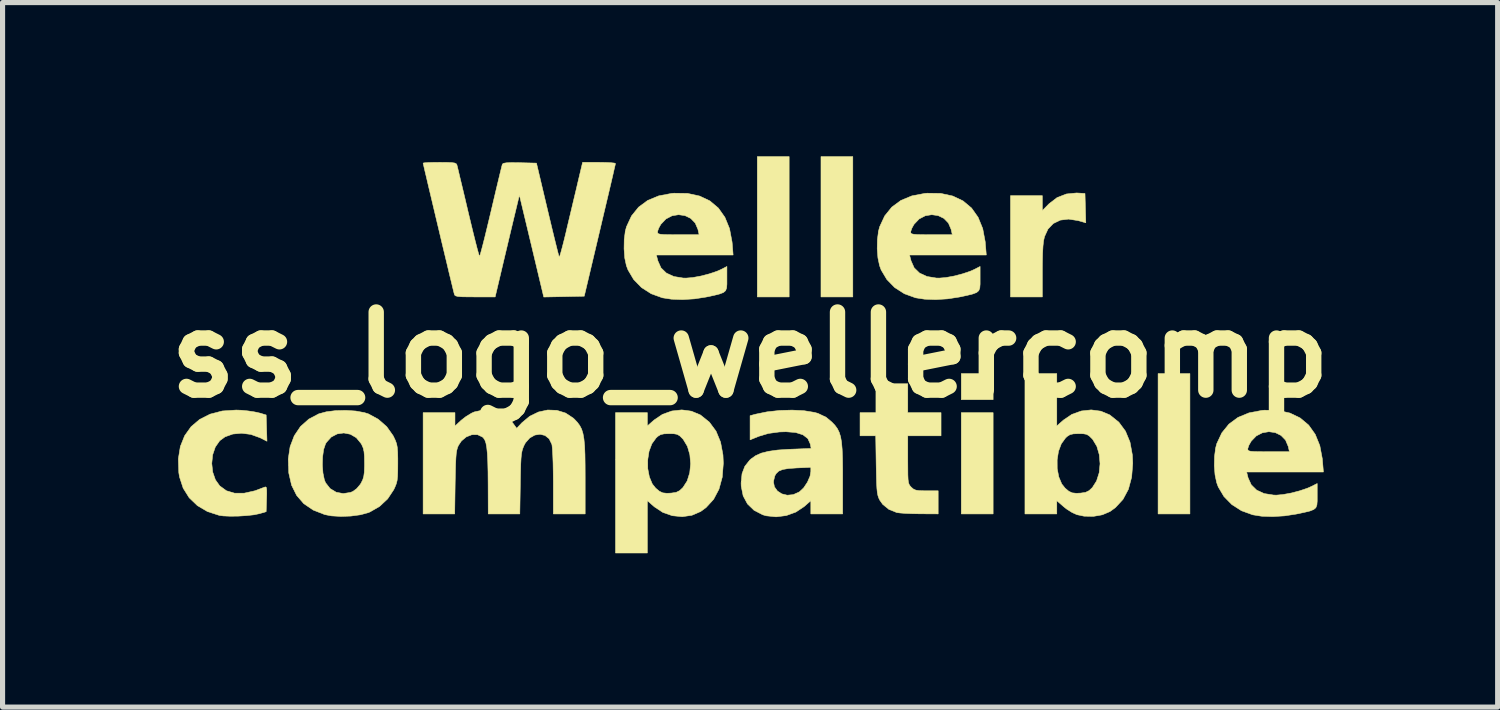
<source format=kicad_pcb>
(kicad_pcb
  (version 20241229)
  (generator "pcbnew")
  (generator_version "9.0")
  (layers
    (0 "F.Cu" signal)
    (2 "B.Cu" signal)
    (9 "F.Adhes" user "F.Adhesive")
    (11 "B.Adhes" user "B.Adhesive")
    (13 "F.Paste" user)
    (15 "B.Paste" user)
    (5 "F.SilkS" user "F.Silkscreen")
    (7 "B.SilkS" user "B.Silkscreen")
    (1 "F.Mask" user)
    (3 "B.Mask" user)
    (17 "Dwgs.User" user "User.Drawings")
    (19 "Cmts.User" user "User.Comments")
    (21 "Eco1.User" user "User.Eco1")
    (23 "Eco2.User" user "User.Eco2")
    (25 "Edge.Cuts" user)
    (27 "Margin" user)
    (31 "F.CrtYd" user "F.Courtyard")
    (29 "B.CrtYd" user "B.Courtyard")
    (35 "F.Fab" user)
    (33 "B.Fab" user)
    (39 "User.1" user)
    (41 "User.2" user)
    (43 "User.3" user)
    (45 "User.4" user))
  (footprint "ss_logo_wellercomp"
    (layer "F.Cu")
    (at 11.582 3.871)
    (property "Reference" "ss_logo_wellercomp" (at 0 0 0) (layer "F.SilkS") (effects (font (size 1.524 1.524) (thickness 0.3))))
    (attr through_hole)
    (fp_poly (pts (xy 0.762 -1.129) (xy 0.141 -1.129) (xy 0.141 -3.866) (xy 0.762 -3.866) (xy 0.762 -1.129)) (stroke (width 0.01) (type solid)) (fill yes) (layer "F.SilkS"))
    (fp_poly (pts (xy 2.004 -1.129) (xy 1.383 -1.129) (xy 1.383 -3.866) (xy 2.004 -3.866) (xy 2.004 -1.129)) (stroke (width 0.01) (type solid)) (fill yes) (layer "F.SilkS"))
    (fp_poly (pts (xy 4.741 0.875) (xy 4.12 0.875) (xy 4.12 0.367) (xy 4.741 0.367) (xy 4.741 0.875)) (stroke (width 0.01) (type solid)) (fill yes) (layer "F.SilkS"))
    (fp_poly (pts (xy 4.741 3.104) (xy 4.12 3.104) (xy 4.12 1.129) (xy 4.741 1.129) (xy 4.741 3.104)) (stroke (width 0.01) (type solid)) (fill yes) (layer "F.SilkS"))
    (fp_poly (pts (xy 8.58 3.104) (xy 7.959 3.104) (xy 7.959 0.367) (xy 8.58 0.367) (xy 8.58 3.104)) (stroke (width 0.01) (type solid)) (fill yes) (layer "F.SilkS"))
    (fp_poly (pts (xy 6.398 -3.155) (xy 6.533 -3.147) (xy 6.549 -2.575) (xy 6.397 -2.618) (xy 6.213 -2.647) (xy 6.051 -2.627) (xy 5.915 -2.561) (xy 5.811 -2.452) (xy 5.744 -2.306) (xy 5.726 -2.227) (xy 5.714 -2.121) (xy 5.706 -1.978) (xy 5.702 -1.793) (xy 5.701 -1.646) (xy 5.701 -1.129) (xy 5.08 -1.129) (xy 5.08 -3.104) (xy 5.701 -3.104) (xy 5.701 -2.813) (xy 5.831 -2.945) (xy 5.988 -3.066) (xy 6.17 -3.137) (xy 6.372 -3.157) (xy 6.398 -3.155)) (stroke (width 0.01) (type solid)) (fill yes) (layer "F.SilkS"))
    (fp_poly (pts (xy 3.076 1.129) (xy 3.725 1.129) (xy 3.725 1.58) (xy 3.076 1.58) (xy 3.076 2.047) (xy 3.077 2.22) (xy 3.078 2.345) (xy 3.082 2.432) (xy 3.09 2.491) (xy 3.103 2.53) (xy 3.122 2.559) (xy 3.145 2.584) (xy 3.186 2.619) (xy 3.233 2.64) (xy 3.3 2.65) (xy 3.403 2.653) (xy 3.442 2.653) (xy 3.669 2.653) (xy 3.669 3.104) (xy 3.309 3.102) (xy 3.164 3.099) (xy 3.032 3.094) (xy 2.927 3.086) (xy 2.864 3.078) (xy 2.863 3.078) (xy 2.708 3.016) (xy 2.586 2.916) (xy 2.53 2.836) (xy 2.509 2.793) (xy 2.494 2.747) (xy 2.482 2.688) (xy 2.474 2.608) (xy 2.468 2.498) (xy 2.464 2.349) (xy 2.46 2.153) (xy 2.46 2.152) (xy 2.451 1.58) (xy 2.145 1.58) (xy 2.145 1.129) (xy 2.455 1.129) (xy 2.455 0.564) (xy 3.076 0.564) (xy 3.076 1.129)) (stroke (width 0.01) (type solid)) (fill yes) (layer "F.SilkS"))
    (fp_poly (pts (xy -9.92 1.082) (xy -9.792 1.095) (xy -9.668 1.114) (xy -9.573 1.135) (xy -9.567 1.136) (xy -9.44 1.174) (xy -9.432 1.43) (xy -9.424 1.686) (xy -9.562 1.617) (xy -9.739 1.553) (xy -9.919 1.53) (xy -10.091 1.546) (xy -10.242 1.6) (xy -10.346 1.676) (xy -10.432 1.799) (xy -10.484 1.952) (xy -10.501 2.12) (xy -10.483 2.287) (xy -10.43 2.439) (xy -10.346 2.557) (xy -10.214 2.653) (xy -10.055 2.7) (xy -9.87 2.7) (xy -9.656 2.652) (xy -9.474 2.583) (xy -9.45 2.577) (xy -9.436 2.59) (xy -9.43 2.633) (xy -9.429 2.715) (xy -9.432 2.811) (xy -9.44 3.06) (xy -9.567 3.098) (xy -9.676 3.121) (xy -9.821 3.137) (xy -9.982 3.147) (xy -10.141 3.149) (xy -10.278 3.143) (xy -10.353 3.133) (xy -10.585 3.058) (xy -10.782 2.942) (xy -10.942 2.788) (xy -11.059 2.601) (xy -11.13 2.384) (xy -11.144 2.299) (xy -11.153 2.03) (xy -11.114 1.789) (xy -11.03 1.579) (xy -10.904 1.402) (xy -10.738 1.261) (xy -10.534 1.158) (xy -10.296 1.096) (xy -10.025 1.078) (xy -9.92 1.082)) (stroke (width 0.01) (type solid)) (fill yes) (layer "F.SilkS"))
    (fp_poly (pts (xy -1.145 1.1) (xy -0.972 1.172) (xy -0.964 1.177) (xy -0.794 1.314) (xy -0.664 1.49) (xy -0.576 1.703) (xy -0.529 1.953) (xy -0.522 2.117) (xy -0.543 2.387) (xy -0.607 2.622) (xy -0.712 2.82) (xy -0.859 2.98) (xy -0.964 3.057) (xy -1.136 3.131) (xy -1.324 3.158) (xy -1.517 3.139) (xy -1.701 3.075) (xy -1.865 2.967) (xy -1.872 2.961) (xy -2.004 2.846) (xy -2.004 3.866) (xy -2.625 3.866) (xy -2.625 2.049) (xy -1.997 2.049) (xy -1.996 2.22) (xy -1.965 2.382) (xy -1.907 2.52) (xy -1.842 2.601) (xy -1.769 2.662) (xy -1.704 2.693) (xy -1.623 2.702) (xy -1.54 2.698) (xy -1.443 2.684) (xy -1.374 2.65) (xy -1.31 2.59) (xy -1.227 2.461) (xy -1.177 2.301) (xy -1.16 2.126) (xy -1.175 1.949) (xy -1.222 1.787) (xy -1.302 1.653) (xy -1.313 1.64) (xy -1.37 1.583) (xy -1.421 1.552) (xy -1.487 1.54) (xy -1.576 1.538) (xy -1.678 1.542) (xy -1.745 1.557) (xy -1.8 1.591) (xy -1.833 1.622) (xy -1.916 1.736) (xy -1.971 1.883) (xy -1.997 2.049) (xy -2.625 2.049) (xy -2.625 1.129) (xy -2.004 1.129) (xy -2.004 1.388) (xy -1.872 1.272) (xy -1.709 1.162) (xy -1.525 1.096) (xy -1.333 1.075) (xy -1.145 1.1)) (stroke (width 0.01) (type solid)) (fill yes) (layer "F.SilkS"))
    (fp_poly (pts (xy 5.983 1.388) (xy 6.115 1.272) (xy 6.278 1.162) (xy 6.462 1.096) (xy 6.654 1.075) (xy 6.842 1.1) (xy 7.015 1.172) (xy 7.022 1.177) (xy 7.193 1.314) (xy 7.323 1.49) (xy 7.411 1.703) (xy 7.457 1.953) (xy 7.465 2.117) (xy 7.443 2.388) (xy 7.38 2.623) (xy 7.274 2.821) (xy 7.126 2.981) (xy 7.02 3.058) (xy 6.872 3.121) (xy 6.696 3.152) (xy 6.514 3.148) (xy 6.376 3.119) (xy 6.281 3.076) (xy 6.175 3.009) (xy 6.115 2.961) (xy 5.983 2.846) (xy 5.983 3.104) (xy 5.362 3.104) (xy 5.362 2.049) (xy 5.99 2.049) (xy 5.991 2.22) (xy 6.022 2.382) (xy 6.08 2.52) (xy 6.145 2.601) (xy 6.217 2.662) (xy 6.283 2.693) (xy 6.364 2.702) (xy 6.447 2.698) (xy 6.544 2.684) (xy 6.613 2.65) (xy 6.677 2.59) (xy 6.759 2.461) (xy 6.81 2.301) (xy 6.827 2.126) (xy 6.812 1.949) (xy 6.765 1.787) (xy 6.685 1.653) (xy 6.674 1.64) (xy 6.616 1.583) (xy 6.566 1.552) (xy 6.5 1.54) (xy 6.41 1.538) (xy 6.309 1.542) (xy 6.242 1.557) (xy 6.187 1.591) (xy 6.154 1.622) (xy 6.071 1.736) (xy 6.016 1.883) (xy 5.99 2.049) (xy 5.362 2.049) (xy 5.362 0.367) (xy 5.983 0.367) (xy 5.983 1.388)) (stroke (width 0.01) (type solid)) (fill yes) (layer "F.SilkS"))
    (fp_poly (pts (xy -1.219 -3.148) (xy -0.985 -3.097) (xy -0.784 -3.002) (xy -0.619 -2.863) (xy -0.491 -2.682) (xy -0.401 -2.462) (xy -0.352 -2.203) (xy -0.349 -2.174) (xy -0.331 -1.947) (xy -1.828 -1.947) (xy -1.799 -1.833) (xy -1.738 -1.696) (xy -1.633 -1.594) (xy -1.487 -1.527) (xy -1.304 -1.497) (xy -1.25 -1.496) (xy -1.119 -1.507) (xy -0.96 -1.536) (xy -0.795 -1.579) (xy -0.646 -1.629) (xy -0.567 -1.664) (xy -0.452 -1.723) (xy -0.452 -1.482) (xy -0.452 -1.378) (xy -0.458 -1.303) (xy -0.478 -1.251) (xy -0.52 -1.215) (xy -0.593 -1.187) (xy -0.704 -1.159) (xy -0.861 -1.126) (xy -1.087 -1.091) (xy -1.319 -1.077) (xy -1.535 -1.085) (xy -1.711 -1.112) (xy -1.929 -1.191) (xy -2.118 -1.312) (xy -2.271 -1.469) (xy -2.381 -1.655) (xy -2.413 -1.739) (xy -2.445 -1.889) (xy -2.458 -2.067) (xy -2.455 -2.25) (xy -2.436 -2.395) (xy -1.806 -2.395) (xy -1.802 -2.374) (xy -1.785 -2.36) (xy -1.746 -2.351) (xy -1.677 -2.345) (xy -1.569 -2.343) (xy -1.413 -2.342) (xy -1.4 -2.342) (xy -0.994 -2.342) (xy -1.017 -2.446) (xy -1.07 -2.57) (xy -1.158 -2.661) (xy -1.27 -2.715) (xy -1.395 -2.733) (xy -1.522 -2.712) (xy -1.641 -2.65) (xy -1.739 -2.547) (xy -1.742 -2.543) (xy -1.783 -2.469) (xy -1.805 -2.406) (xy -1.806 -2.395) (xy -2.436 -2.395) (xy -2.433 -2.416) (xy -2.411 -2.498) (xy -2.313 -2.709) (xy -2.175 -2.88) (xy -1.998 -3.011) (xy -1.783 -3.1) (xy -1.531 -3.148) (xy -1.484 -3.152) (xy -1.219 -3.148)) (stroke (width 0.01) (type solid)) (fill yes) (layer "F.SilkS"))
    (fp_poly (pts (xy 3.72 -3.148) (xy 3.954 -3.097) (xy 4.154 -3.002) (xy 4.32 -2.863) (xy 4.448 -2.682) (xy 4.538 -2.462) (xy 4.587 -2.203) (xy 4.589 -2.174) (xy 4.608 -1.947) (xy 3.11 -1.947) (xy 3.14 -1.833) (xy 3.201 -1.696) (xy 3.306 -1.594) (xy 3.452 -1.527) (xy 3.635 -1.497) (xy 3.689 -1.496) (xy 3.82 -1.507) (xy 3.979 -1.536) (xy 4.144 -1.579) (xy 4.293 -1.629) (xy 4.372 -1.664) (xy 4.487 -1.723) (xy 4.487 -1.482) (xy 4.487 -1.378) (xy 4.481 -1.303) (xy 4.461 -1.251) (xy 4.419 -1.215) (xy 4.346 -1.187) (xy 4.235 -1.159) (xy 4.078 -1.126) (xy 3.851 -1.091) (xy 3.62 -1.077) (xy 3.404 -1.085) (xy 3.228 -1.112) (xy 3.01 -1.191) (xy 2.821 -1.312) (xy 2.668 -1.469) (xy 2.557 -1.655) (xy 2.526 -1.739) (xy 2.494 -1.889) (xy 2.48 -2.067) (xy 2.484 -2.25) (xy 2.503 -2.395) (xy 3.133 -2.395) (xy 3.136 -2.374) (xy 3.154 -2.36) (xy 3.193 -2.351) (xy 3.262 -2.345) (xy 3.37 -2.343) (xy 3.525 -2.342) (xy 3.539 -2.342) (xy 3.945 -2.342) (xy 3.922 -2.446) (xy 3.869 -2.57) (xy 3.781 -2.661) (xy 3.669 -2.715) (xy 3.544 -2.733) (xy 3.417 -2.712) (xy 3.298 -2.65) (xy 3.2 -2.547) (xy 3.197 -2.543) (xy 3.156 -2.469) (xy 3.134 -2.406) (xy 3.133 -2.395) (xy 2.503 -2.395) (xy 2.506 -2.416) (xy 2.528 -2.498) (xy 2.626 -2.709) (xy 2.764 -2.88) (xy 2.941 -3.011) (xy 3.156 -3.1) (xy 3.408 -3.148) (xy 3.455 -3.152) (xy 3.72 -3.148)) (stroke (width 0.01) (type solid)) (fill yes) (layer "F.SilkS"))
    (fp_poly (pts (xy 10.296 1.085) (xy 10.53 1.136) (xy 10.73 1.232) (xy 10.896 1.371) (xy 11.024 1.551) (xy 11.114 1.772) (xy 11.163 2.031) (xy 11.165 2.059) (xy 11.184 2.286) (xy 9.686 2.286) (xy 9.715 2.401) (xy 9.777 2.537) (xy 9.882 2.64) (xy 10.028 2.707) (xy 10.211 2.736) (xy 10.265 2.738) (xy 10.395 2.726) (xy 10.555 2.697) (xy 10.72 2.654) (xy 10.868 2.604) (xy 10.948 2.569) (xy 11.063 2.511) (xy 11.063 2.752) (xy 11.063 2.856) (xy 11.057 2.93) (xy 11.037 2.982) (xy 10.995 3.018) (xy 10.922 3.047) (xy 10.811 3.074) (xy 10.654 3.107) (xy 10.427 3.142) (xy 10.196 3.156) (xy 9.979 3.149) (xy 9.804 3.121) (xy 9.586 3.042) (xy 9.397 2.921) (xy 9.244 2.765) (xy 9.133 2.578) (xy 9.102 2.494) (xy 9.07 2.344) (xy 9.056 2.166) (xy 9.06 1.983) (xy 9.079 1.839) (xy 9.708 1.839) (xy 9.712 1.859) (xy 9.729 1.873) (xy 9.768 1.883) (xy 9.838 1.888) (xy 9.946 1.89) (xy 10.101 1.891) (xy 10.115 1.891) (xy 10.521 1.891) (xy 10.498 1.788) (xy 10.445 1.663) (xy 10.357 1.573) (xy 10.245 1.518) (xy 10.12 1.5) (xy 9.992 1.522) (xy 9.874 1.583) (xy 9.775 1.686) (xy 9.773 1.69) (xy 9.731 1.764) (xy 9.709 1.828) (xy 9.708 1.839) (xy 9.079 1.839) (xy 9.082 1.817) (xy 9.103 1.735) (xy 9.202 1.524) (xy 9.34 1.353) (xy 9.517 1.222) (xy 9.732 1.133) (xy 9.984 1.085) (xy 10.031 1.081) (xy 10.296 1.085)) (stroke (width 0.01) (type solid)) (fill yes) (layer "F.SilkS"))
    (fp_poly (pts (xy 1.054 1.091) (xy 1.256 1.124) (xy 1.322 1.142) (xy 1.484 1.219) (xy 1.595 1.312) (xy 1.655 1.375) (xy 1.702 1.439) (xy 1.738 1.511) (xy 1.765 1.597) (xy 1.784 1.705) (xy 1.796 1.843) (xy 1.803 2.018) (xy 1.806 2.237) (xy 1.806 2.418) (xy 1.806 3.104) (xy 1.185 3.104) (xy 1.185 2.846) (xy 1.054 2.961) (xy 0.893 3.068) (xy 0.706 3.136) (xy 0.508 3.161) (xy 0.316 3.141) (xy 0.247 3.121) (xy 0.077 3.033) (xy -0.051 2.909) (xy -0.135 2.752) (xy -0.173 2.563) (xy -0.175 2.498) (xy -0.172 2.476) (xy 0.455 2.476) (xy 0.475 2.576) (xy 0.533 2.657) (xy 0.619 2.713) (xy 0.725 2.739) (xy 0.842 2.728) (xy 0.96 2.675) (xy 0.962 2.674) (xy 1.046 2.595) (xy 1.119 2.485) (xy 1.17 2.367) (xy 1.185 2.277) (xy 1.185 2.195) (xy 0.91 2.207) (xy 0.75 2.218) (xy 0.637 2.237) (xy 0.559 2.269) (xy 0.508 2.318) (xy 0.482 2.363) (xy 0.455 2.476) (xy -0.172 2.476) (xy -0.157 2.319) (xy -0.102 2.175) (xy -0.006 2.054) (xy 0.017 2.033) (xy 0.108 1.968) (xy 0.22 1.918) (xy 0.36 1.883) (xy 0.537 1.858) (xy 0.76 1.843) (xy 0.8 1.842) (xy 1.191 1.827) (xy 1.174 1.739) (xy 1.127 1.635) (xy 1.032 1.561) (xy 0.89 1.516) (xy 0.7 1.501) (xy 0.572 1.505) (xy 0.358 1.534) (xy 0.173 1.589) (xy 0.17 1.59) (xy 0 1.659) (xy 0 1.188) (xy 0.106 1.159) (xy 0.331 1.113) (xy 0.575 1.086) (xy 0.821 1.079) (xy 1.054 1.091)) (stroke (width 0.01) (type solid)) (fill yes) (layer "F.SilkS"))
    (fp_poly (pts (xy -7.693 1.097) (xy -7.524 1.128) (xy -7.447 1.152) (xy -7.254 1.257) (xy -7.089 1.401) (xy -6.965 1.576) (xy -6.951 1.603) (xy -6.918 1.674) (xy -6.895 1.738) (xy -6.882 1.807) (xy -6.875 1.897) (xy -6.872 2.02) (xy -6.872 2.117) (xy -6.873 2.267) (xy -6.877 2.375) (xy -6.886 2.455) (xy -6.903 2.52) (xy -6.93 2.586) (xy -6.951 2.631) (xy -7.069 2.809) (xy -7.228 2.958) (xy -7.416 3.066) (xy -7.447 3.079) (xy -7.601 3.121) (xy -7.788 3.146) (xy -7.984 3.153) (xy -8.169 3.142) (xy -8.297 3.117) (xy -8.522 3.029) (xy -8.706 2.904) (xy -8.846 2.742) (xy -8.944 2.544) (xy -8.998 2.309) (xy -8.999 2.301) (xy -9.004 2.151) (xy -8.344 2.151) (xy -8.332 2.306) (xy -8.305 2.437) (xy -8.282 2.495) (xy -8.193 2.609) (xy -8.074 2.681) (xy -7.937 2.707) (xy -7.795 2.685) (xy -7.749 2.666) (xy -7.674 2.611) (xy -7.604 2.528) (xy -7.589 2.504) (xy -7.556 2.438) (xy -7.536 2.372) (xy -7.525 2.289) (xy -7.521 2.172) (xy -7.521 2.117) (xy -7.523 1.983) (xy -7.531 1.889) (xy -7.547 1.818) (xy -7.575 1.755) (xy -7.589 1.73) (xy -7.681 1.618) (xy -7.797 1.55) (xy -7.925 1.525) (xy -8.053 1.543) (xy -8.17 1.604) (xy -8.264 1.708) (xy -8.282 1.738) (xy -8.319 1.847) (xy -8.339 1.991) (xy -8.344 2.151) (xy -9.004 2.151) (xy -9.009 2.034) (xy -8.973 1.793) (xy -8.892 1.58) (xy -8.77 1.399) (xy -8.607 1.254) (xy -8.414 1.152) (xy -8.266 1.112) (xy -8.084 1.089) (xy -7.886 1.084) (xy -7.693 1.097)) (stroke (width 0.01) (type solid)) (fill yes) (layer "F.SilkS"))
    (fp_poly (pts (xy -3.769 1.084) (xy -3.6 1.136) (xy -3.451 1.234) (xy -3.426 1.257) (xy -3.368 1.319) (xy -3.322 1.382) (xy -3.286 1.451) (xy -3.26 1.536) (xy -3.241 1.642) (xy -3.228 1.776) (xy -3.221 1.947) (xy -3.218 2.161) (xy -3.217 2.39) (xy -3.217 3.104) (xy -3.838 3.104) (xy -3.838 2.477) (xy -3.84 2.287) (xy -3.843 2.111) (xy -3.849 1.958) (xy -3.856 1.837) (xy -3.864 1.76) (xy -3.868 1.744) (xy -3.92 1.638) (xy -4 1.574) (xy -4.096 1.55) (xy -4.199 1.566) (xy -4.298 1.622) (xy -4.382 1.717) (xy -4.412 1.773) (xy -4.432 1.822) (xy -4.448 1.874) (xy -4.46 1.938) (xy -4.468 2.022) (xy -4.474 2.136) (xy -4.478 2.287) (xy -4.482 2.486) (xy -4.482 2.505) (xy -4.492 3.104) (xy -5.108 3.104) (xy -5.11 2.533) (xy -5.112 2.283) (xy -5.117 2.083) (xy -5.125 1.927) (xy -5.137 1.809) (xy -5.153 1.722) (xy -5.175 1.661) (xy -5.203 1.62) (xy -5.22 1.604) (xy -5.317 1.558) (xy -5.427 1.559) (xy -5.535 1.601) (xy -5.631 1.681) (xy -5.689 1.768) (xy -5.707 1.81) (xy -5.721 1.861) (xy -5.732 1.927) (xy -5.739 2.018) (xy -5.745 2.142) (xy -5.749 2.307) (xy -5.753 2.491) (xy -5.762 3.104) (xy -6.378 3.104) (xy -6.378 1.129) (xy -5.757 1.129) (xy -5.757 1.39) (xy -5.636 1.278) (xy -5.541 1.204) (xy -5.434 1.139) (xy -5.381 1.115) (xy -5.213 1.078) (xy -5.038 1.087) (xy -4.871 1.138) (xy -4.725 1.228) (xy -4.633 1.325) (xy -4.553 1.434) (xy -4.45 1.325) (xy -4.298 1.198) (xy -4.128 1.116) (xy -3.948 1.077) (xy -3.769 1.084)) (stroke (width 0.01) (type solid)) (fill yes) (layer "F.SilkS"))
    (fp_poly (pts (xy -2.819 -3.752) (xy -2.716 -3.747) (xy -2.648 -3.74) (xy -2.626 -3.732) (xy -2.632 -3.701) (xy -2.651 -3.621) (xy -2.679 -3.497) (xy -2.717 -3.334) (xy -2.763 -3.138) (xy -2.816 -2.915) (xy -2.874 -2.67) (xy -2.931 -2.427) (xy -3.235 -1.143) (xy -3.63 -1.135) (xy -4.025 -1.127) (xy -4.262 -2.122) (xy -4.5 -3.116) (xy -4.632 -2.567) (xy -4.682 -2.358) (xy -4.736 -2.13) (xy -4.79 -1.903) (xy -4.839 -1.696) (xy -4.868 -1.573) (xy -4.973 -1.129) (xy -5.363 -1.129) (xy -5.52 -1.13) (xy -5.63 -1.132) (xy -5.7 -1.138) (xy -5.742 -1.149) (xy -5.762 -1.164) (xy -5.768 -1.178) (xy -5.778 -1.216) (xy -5.799 -1.301) (xy -5.829 -1.426) (xy -5.868 -1.586) (xy -5.912 -1.772) (xy -5.962 -1.98) (xy -6.015 -2.201) (xy -6.069 -2.43) (xy -6.124 -2.66) (xy -6.177 -2.884) (xy -6.227 -3.095) (xy -6.273 -3.288) (xy -6.312 -3.455) (xy -6.344 -3.589) (xy -6.366 -3.685) (xy -6.377 -3.734) (xy -6.378 -3.74) (xy -6.352 -3.745) (xy -6.28 -3.75) (xy -6.175 -3.753) (xy -6.056 -3.754) (xy -5.915 -3.753) (xy -5.82 -3.749) (xy -5.763 -3.741) (xy -5.733 -3.727) (xy -5.719 -3.706) (xy -5.719 -3.704) (xy -5.709 -3.665) (xy -5.688 -3.579) (xy -5.658 -3.451) (xy -5.619 -3.29) (xy -5.574 -3.102) (xy -5.525 -2.894) (xy -5.5 -2.787) (xy -5.449 -2.575) (xy -5.402 -2.381) (xy -5.36 -2.213) (xy -5.325 -2.077) (xy -5.298 -1.979) (xy -5.281 -1.927) (xy -5.277 -1.919) (xy -5.267 -1.946) (xy -5.246 -2.02) (xy -5.215 -2.137) (xy -5.176 -2.29) (xy -5.132 -2.471) (xy -5.083 -2.675) (xy -5.053 -2.801) (xy -5.002 -3.017) (xy -4.955 -3.216) (xy -4.913 -3.391) (xy -4.878 -3.536) (xy -4.852 -3.643) (xy -4.836 -3.706) (xy -4.832 -3.719) (xy -4.811 -3.735) (xy -4.756 -3.745) (xy -4.661 -3.749) (xy -4.518 -3.748) (xy -4.493 -3.747) (xy -4.167 -3.739) (xy -3.952 -2.831) (xy -3.9 -2.613) (xy -3.852 -2.413) (xy -3.809 -2.237) (xy -3.773 -2.092) (xy -3.746 -1.985) (xy -3.728 -1.922) (xy -3.723 -1.907) (xy -3.712 -1.929) (xy -3.691 -1.997) (xy -3.662 -2.104) (xy -3.627 -2.241) (xy -3.588 -2.4) (xy -3.587 -2.407) (xy -3.539 -2.609) (xy -3.486 -2.831) (xy -3.434 -3.05) (xy -3.387 -3.246) (xy -3.366 -3.337) (xy -3.267 -3.754) (xy -2.946 -3.754) (xy -2.819 -3.752)) (stroke (width 0.01) (type solid)) (fill yes) (layer "F.SilkS")))
  (gr_rect
    (start -3 -3)
    (end 26.165 10.743)
    (stroke (width 0.1) (type default))
    (fill no)
    (layer "Edge.Cuts")))
</source>
